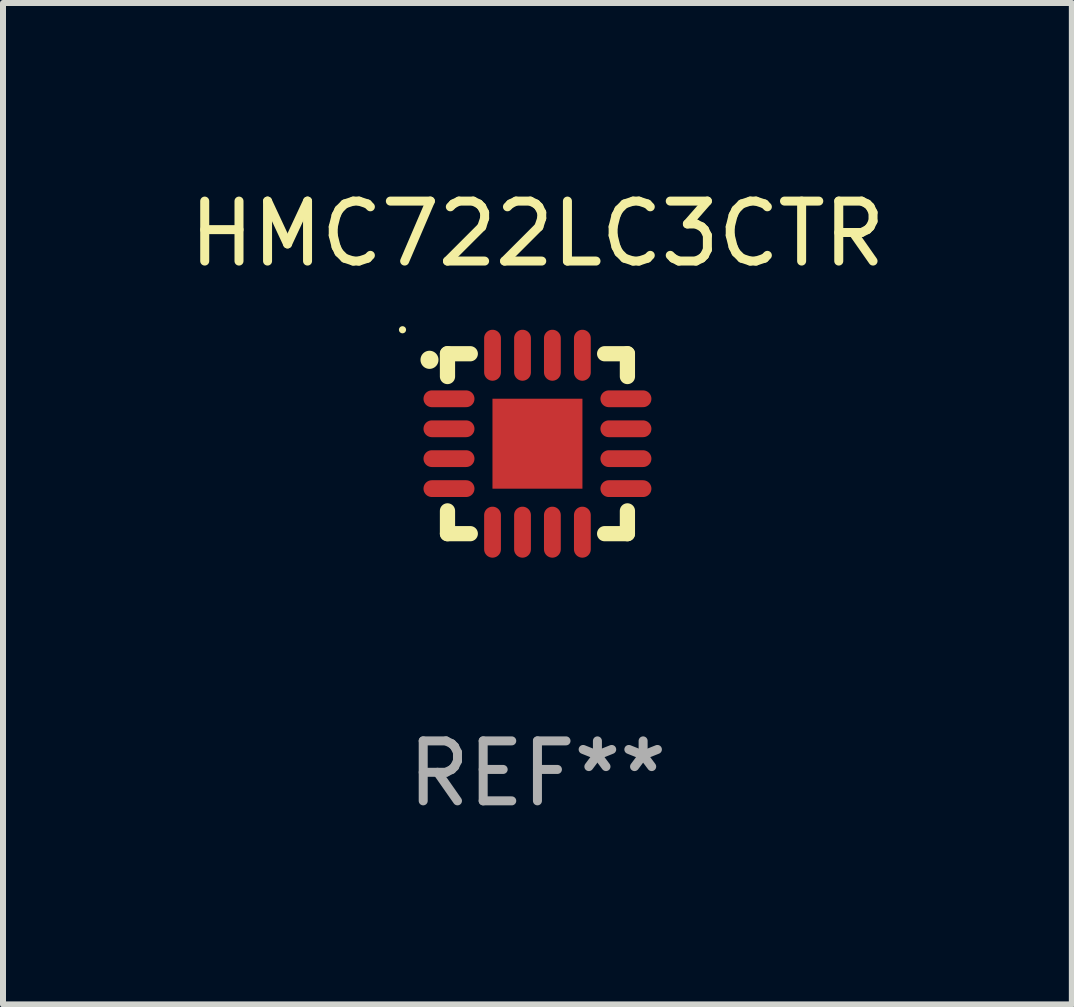
<source format=kicad_pcb>
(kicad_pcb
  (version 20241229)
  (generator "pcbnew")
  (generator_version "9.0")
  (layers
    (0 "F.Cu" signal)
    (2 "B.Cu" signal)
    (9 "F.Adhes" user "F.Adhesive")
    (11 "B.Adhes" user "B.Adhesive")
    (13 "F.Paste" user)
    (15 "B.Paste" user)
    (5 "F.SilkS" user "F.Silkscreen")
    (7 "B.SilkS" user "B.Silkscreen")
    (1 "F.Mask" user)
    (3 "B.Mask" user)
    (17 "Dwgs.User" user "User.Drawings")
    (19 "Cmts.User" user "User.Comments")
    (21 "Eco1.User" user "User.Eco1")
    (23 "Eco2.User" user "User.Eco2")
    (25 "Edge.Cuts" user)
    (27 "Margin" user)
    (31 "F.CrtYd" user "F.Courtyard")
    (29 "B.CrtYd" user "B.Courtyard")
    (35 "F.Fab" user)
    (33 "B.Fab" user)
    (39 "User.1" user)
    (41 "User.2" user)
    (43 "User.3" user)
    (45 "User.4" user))
  (footprint "HMC722LC3CTR"
    (layer "F.Cu")
    (at 5.911 4.348)
    (property "Reference" "HMC722LC3CTR" (at 0 -3.5 0) (layer "F.SilkS") (effects (font (size 1 1) (thickness 0.15))))
    (attr through_hole)
    (fp_line (start -1.5 -1.5) (end -1.5 -1.12) (stroke (width 0.254) (type solid)) (layer "F.SilkS"))
    (fp_line (start -1.5 -1.5) (end -1.12 -1.5) (stroke (width 0.254) (type solid)) (layer "F.SilkS"))
    (fp_line (start -1.5 1.5) (end -1.5 1.12) (stroke (width 0.254) (type solid)) (layer "F.SilkS"))
    (fp_line (start -1.12 1.5) (end -1.5 1.5) (stroke (width 0.254) (type solid)) (layer "F.SilkS"))
    (fp_line (start 1.12 -1.5) (end 1.5 -1.5) (stroke (width 0.254) (type solid)) (layer "F.SilkS"))
    (fp_line (start 1.5 -1.5) (end 1.5 -1.12) (stroke (width 0.254) (type solid)) (layer "F.SilkS"))
    (fp_line (start 1.5 1.12) (end 1.5 1.5) (stroke (width 0.254) (type solid)) (layer "F.SilkS"))
    (fp_line (start 1.5 1.5) (end 1.12 1.5) (stroke (width 0.254) (type solid)) (layer "F.SilkS"))
    (fp_arc (start -1.8 -1.39746) (mid -1.800005 -1.39873) (end -1.8 -1.4) (stroke (width 0.3) (type solid)) (layer "F.SilkS"))
    (fp_circle (center -2.25 -1.9) (end -2.22 -1.9) (stroke (width 0.06) (type solid)) (fill no) (layer "F.SilkS"))
    (fp_text user "REF**" (at 0 5.5 0) (layer "F.Fab") (effects (font (size 1 1) (thickness 0.15))))
    (pad "1" smd oval (at -1.475 -0.749 90) (size 0.28 0.85) (layers "F.Cu" "F.Mask" "F.Paste"))
    (pad "2" smd oval (at -1.475 -0.249 90) (size 0.28 0.85) (layers "F.Cu" "F.Mask" "F.Paste"))
    (pad "3" smd oval (at -1.475 0.249 90) (size 0.28 0.85) (layers "F.Cu" "F.Mask" "F.Paste"))
    (pad "4" smd oval (at -1.475 0.749 90) (size 0.28 0.85) (layers "F.Cu" "F.Mask" "F.Paste"))
    (pad "5" smd oval (at -0.749 1.475) (size 0.28 0.85) (layers "F.Cu" "F.Mask" "F.Paste"))
    (pad "6" smd oval (at -0.249 1.475) (size 0.28 0.85) (layers "F.Cu" "F.Mask" "F.Paste"))
    (pad "7" smd oval (at 0.249 1.475) (size 0.28 0.85) (layers "F.Cu" "F.Mask" "F.Paste"))
    (pad "8" smd oval (at 0.749 1.475) (size 0.28 0.85) (layers "F.Cu" "F.Mask" "F.Paste"))
    (pad "9" smd oval (at 1.475 0.749 90) (size 0.28 0.85) (layers "F.Cu" "F.Mask" "F.Paste"))
    (pad "10" smd oval (at 1.475 0.249 90) (size 0.28 0.85) (layers "F.Cu" "F.Mask" "F.Paste"))
    (pad "11" smd oval (at 1.475 -0.249 90) (size 0.28 0.85) (layers "F.Cu" "F.Mask" "F.Paste"))
    (pad "12" smd oval (at 1.475 -0.749 90) (size 0.28 0.85) (layers "F.Cu" "F.Mask" "F.Paste"))
    (pad "13" smd oval (at 0.749 -1.475) (size 0.28 0.85) (layers "F.Cu" "F.Mask" "F.Paste"))
    (pad "14" smd oval (at 0.249 -1.475) (size 0.28 0.85) (layers "F.Cu" "F.Mask" "F.Paste"))
    (pad "15" smd oval (at -0.249 -1.475) (size 0.28 0.85) (layers "F.Cu" "F.Mask" "F.Paste"))
    (pad "16" smd oval (at -0.749 -1.475) (size 0.28 0.85) (layers "F.Cu" "F.Mask" "F.Paste"))
    (pad "17" smd rect (at 0 0) (size 1.5 1.5) (layers "F.Cu" "F.Mask" "F.Paste")))
  (gr_rect
    (start -3 -3)
    (end 14.821 13.697)
    (stroke (width 0.1) (type default))
    (fill no)
    (layer "Edge.Cuts")))
</source>
